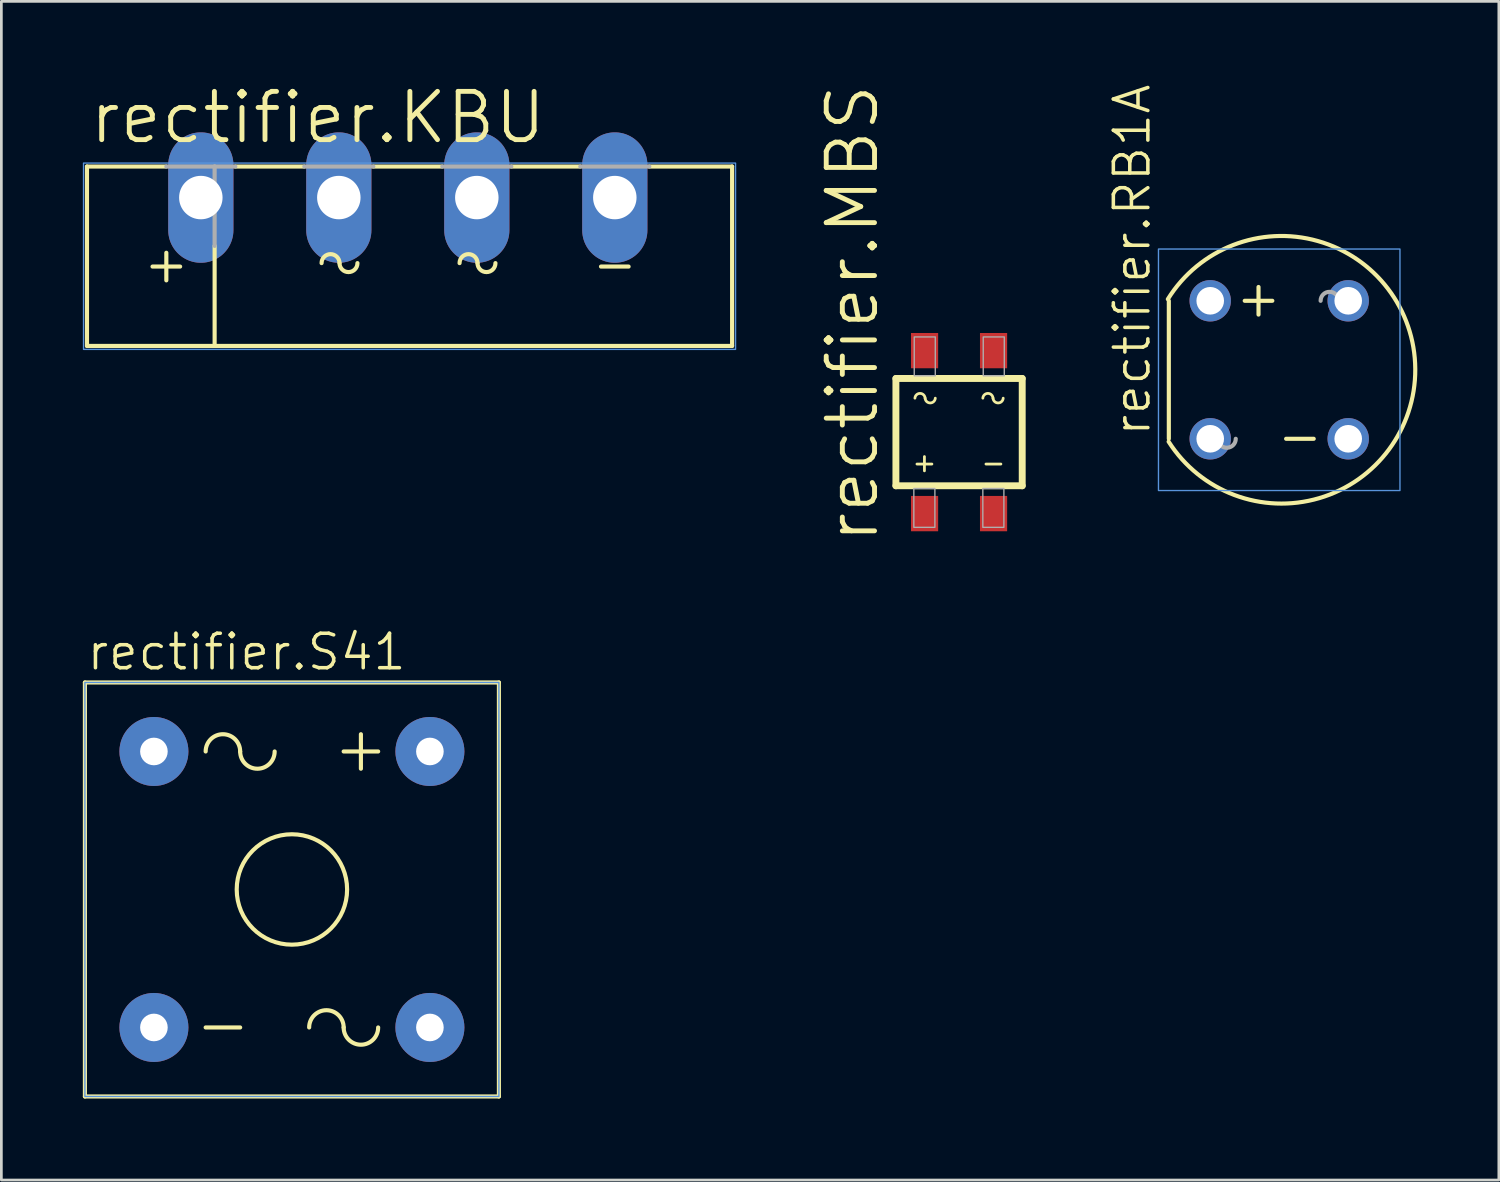
<source format=kicad_pcb>
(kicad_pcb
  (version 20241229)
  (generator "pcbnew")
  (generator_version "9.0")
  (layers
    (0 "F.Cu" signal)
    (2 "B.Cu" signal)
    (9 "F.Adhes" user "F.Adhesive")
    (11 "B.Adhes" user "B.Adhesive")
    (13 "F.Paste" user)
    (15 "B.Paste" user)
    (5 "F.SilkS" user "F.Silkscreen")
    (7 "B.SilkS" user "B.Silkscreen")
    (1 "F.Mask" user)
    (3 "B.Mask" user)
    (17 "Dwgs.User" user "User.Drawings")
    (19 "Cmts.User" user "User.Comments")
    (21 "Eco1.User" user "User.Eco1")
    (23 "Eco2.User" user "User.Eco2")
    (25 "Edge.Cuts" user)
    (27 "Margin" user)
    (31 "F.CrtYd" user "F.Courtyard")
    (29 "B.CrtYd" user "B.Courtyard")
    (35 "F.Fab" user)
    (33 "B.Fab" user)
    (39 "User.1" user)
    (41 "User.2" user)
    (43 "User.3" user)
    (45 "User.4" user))
  (footprint "rectifier.KBU"
    (layer "F.Cu")
    (at 11.963 6.763)
    (property "Reference" "rectifier.KBU" (at -11.811 -4.445 0) (layer "F.SilkS") (effects (font (size 1.778 1.778) (thickness 0.18)) (justify left bottom)))
    (attr through_hole)
    (fp_line (start -11.811 -3.683) (end -8.89 -3.683) (stroke (width 0.152) (type default)) (layer "F.SilkS"))
    (fp_line (start -11.811 2.921) (end -11.811 -3.683) (stroke (width 0.152) (type default)) (layer "F.SilkS"))
    (fp_line (start -11.811 2.921) (end -7.112 2.921) (stroke (width 0.152) (type default)) (layer "F.SilkS"))
    (fp_line (start -9.398 0) (end -8.382 0) (stroke (width 0.152) (type default)) (layer "F.SilkS"))
    (fp_line (start -8.89 0.508) (end -8.89 -0.508) (stroke (width 0.152) (type default)) (layer "F.SilkS"))
    (fp_line (start -7.112 -0.762) (end -7.112 2.921) (stroke (width 0.152) (type default)) (layer "F.SilkS"))
    (fp_line (start -7.112 2.921) (end 11.938 2.921) (stroke (width 0.152) (type default)) (layer "F.SilkS"))
    (fp_line (start -3.81 -3.683) (end -6.35 -3.683) (stroke (width 0.152) (type default)) (layer "F.SilkS"))
    (fp_line (start -1.27 -3.683) (end 1.27 -3.683) (stroke (width 0.152) (type default)) (layer "F.SilkS"))
    (fp_line (start 3.81 -3.683) (end 6.35 -3.683) (stroke (width 0.152) (type default)) (layer "F.SilkS"))
    (fp_line (start 7.112 0) (end 8.128 0) (stroke (width 0.152) (type default)) (layer "F.SilkS"))
    (fp_line (start 8.89 -3.683) (end 11.938 -3.683) (stroke (width 0.152) (type default)) (layer "F.SilkS"))
    (fp_line (start 11.938 -3.683) (end 11.938 2.921) (stroke (width 0.152) (type default)) (layer "F.SilkS"))
    (fp_arc (start -3.175 -0.127) (mid -2.8448 -0.4572) (end -2.5146 -0.127) (stroke (width 0.1524) (type default)) (layer "F.SilkS"))
    (fp_arc (start -1.8542 -0.127) (mid -2.1844 0.2032) (end -2.5146 -0.127) (stroke (width 0.1524) (type default)) (layer "F.SilkS"))
    (fp_arc (start 1.905 -0.127) (mid 2.2352 -0.4572) (end 2.5654 -0.127) (stroke (width 0.1524) (type default)) (layer "F.SilkS"))
    (fp_arc (start 3.2258 -0.127) (mid 2.8956 0.2032) (end 2.5654 -0.127) (stroke (width 0.1524) (type default)) (layer "F.SilkS"))
    (fp_rect (start -11.938 3.048) (end 12.065 -3.81) (stroke (width 0.05) (type default)) (fill no) (layer "Cmts.User"))
    (fp_line (start -8.89 -3.683) (end -7.112 -3.683) (stroke (width 0.152) (type default)) (layer "F.Fab"))
    (fp_line (start -7.112 -3.683) (end -7.112 -0.762) (stroke (width 0.152) (type default)) (layer "F.Fab"))
    (fp_line (start -7.112 -3.683) (end -6.35 -3.683) (stroke (width 0.152) (type default)) (layer "F.Fab"))
    (fp_line (start -1.27 -3.683) (end -3.81 -3.683) (stroke (width 0.152) (type default)) (layer "F.Fab"))
    (fp_line (start 3.81 -3.683) (end 1.27 -3.683) (stroke (width 0.152) (type default)) (layer "F.Fab"))
    (fp_line (start 8.89 -3.683) (end 6.35 -3.683) (stroke (width 0.152) (type default)) (layer "F.Fab"))
    (pad "+" thru_hole oval (at -7.62 -2.54 90) (size 4.801 2.4) (drill 1.6) (layers "*.Cu" "*.Mask"))
    (pad "-" thru_hole oval (at 7.62 -2.54 90) (size 4.801 2.4) (drill 1.6) (layers "*.Cu" "*.Mask"))
    (pad "AC1" thru_hole oval (at -2.54 -2.54 90) (size 4.801 2.4) (drill 1.6) (layers "*.Cu" "*.Mask"))
    (pad "AC2" thru_hole oval (at 2.54 -2.54 90) (size 4.801 2.4) (drill 1.6) (layers "*.Cu" "*.Mask")))
  (footprint "rectifier.RB1A"
    (layer "F.Cu")
    (at 44.042 10.563)
    (property "Reference" "rectifier.RB1A" (at -4.674 2.515 90) (layer "F.SilkS") (effects (font (size 1.27 1.27) (thickness 0.13)) (justify left bottom)))
    (attr through_hole)
    (fp_line (start -4.064 2.54) (end -4.064 -2.54) (stroke (width 0.152) (type default)) (layer "F.SilkS"))
    (fp_line (start -1.27 -2.54) (end -0.254 -2.54) (stroke (width 0.152) (type default)) (layer "F.SilkS"))
    (fp_line (start -0.762 -2.032) (end -0.762 -3.048) (stroke (width 0.152) (type default)) (layer "F.SilkS"))
    (fp_line (start 0.254 2.54) (end 1.27 2.54) (stroke (width 0.152) (type default)) (layer "F.SilkS"))
    (fp_arc (start -4.099999 -2.599998) (mid 5.008669 -0.026856) (end -4.071398 2.645462) (stroke (width 0.1524) (type default)) (layer "F.SilkS"))
    (fp_rect (start -4.445 4.445) (end 4.445 -4.445) (stroke (width 0.05) (type default)) (fill no) (layer "Cmts.User"))
    (fp_arc (start -2.921 2.54) (mid -2.5908 2.2098) (end -2.2606 2.54) (stroke (width 0.1524) (type default)) (layer "F.Fab"))
    (fp_arc (start -1.6002 2.54) (mid -1.9304 2.8702) (end -2.2606 2.54) (stroke (width 0.1524) (type default)) (layer "F.Fab"))
    (fp_arc (start 1.524 -2.54) (mid 1.8542 -2.8702) (end 2.1844 -2.54) (stroke (width 0.1524) (type default)) (layer "F.Fab"))
    (fp_arc (start 2.8448 -2.54) (mid 2.5146 -2.2098) (end 2.1844 -2.54) (stroke (width 0.1524) (type default)) (layer "F.Fab"))
    (pad "+" thru_hole circle (at -2.54 -2.54) (size 1.524 1.524) (drill 1.016) (layers "*.Cu" "*.Mask"))
    (pad "-" thru_hole circle (at 2.54 2.54) (size 1.524 1.524) (drill 1.016) (layers "*.Cu" "*.Mask"))
    (pad "AC1" thru_hole circle (at 2.54 -2.54) (size 1.524 1.524) (drill 1.016) (layers "*.Cu" "*.Mask"))
    (pad "AC2" thru_hole circle (at -2.54 2.54) (size 1.524 1.524) (drill 1.016) (layers "*.Cu" "*.Mask")))
  (footprint "rectifier.MBS"
    (layer "F.Cu")
    (at 32.256 12.858)
    (property "Reference" "rectifier.MBS" (at -2.885 4.175 90) (layer "F.SilkS") (effects (font (size 1.778 1.778) (thickness 0.18)) (justify left bottom)))
    (attr smd)
    (fp_line (start -2.325 -1.975) (end 2.325 -1.975) (stroke (width 0.254) (type default)) (layer "F.SilkS"))
    (fp_line (start -2.325 1.975) (end -2.325 -1.975) (stroke (width 0.254) (type default)) (layer "F.SilkS"))
    (fp_line (start -1.55 1.175) (end -1 1.175) (stroke (width 0.102) (type default)) (layer "F.SilkS"))
    (fp_line (start -1.275 1.425) (end -1.275 0.9) (stroke (width 0.102) (type default)) (layer "F.SilkS"))
    (fp_line (start 0.99 1.175) (end 1.54 1.175) (stroke (width 0.102) (type default)) (layer "F.SilkS"))
    (fp_line (start 2.325 -1.975) (end 2.325 1.975) (stroke (width 0.254) (type default)) (layer "F.SilkS"))
    (fp_line (start 2.325 1.975) (end -2.325 1.975) (stroke (width 0.254) (type default)) (layer "F.SilkS"))
    (fp_arc (start -1.625 -1.25) (mid -1.4375 -1.425416) (end -1.25 -1.25) (stroke (width 0.1016) (type default)) (layer "F.SilkS"))
    (fp_arc (start -0.875 -1.25) (mid -1.0625 -1.074584) (end -1.25 -1.25) (stroke (width 0.1016) (type default)) (layer "F.SilkS"))
    (fp_arc (start 0.875 -1.25) (mid 1.0625 -1.425416) (end 1.25 -1.25) (stroke (width 0.1016) (type default)) (layer "F.SilkS"))
    (fp_arc (start 1.625 -1.25) (mid 1.4375 -1.074584) (end 1.25 -1.25) (stroke (width 0.1016) (type default)) (layer "F.SilkS"))
    (fp_rect (start -1.665 3.505) (end -0.89 2.075) (stroke (width 0.05) (type default)) (fill no) (layer "F.Fab"))
    (fp_rect (start -1.65 -2.075) (end -0.875 -3.505) (stroke (width 0.05) (type default)) (fill no) (layer "F.Fab"))
    (fp_rect (start 0.875 3.505) (end 1.65 2.075) (stroke (width 0.05) (type default)) (fill no) (layer "F.Fab"))
    (fp_rect (start 0.89 -2.075) (end 1.665 -3.505) (stroke (width 0.05) (type default)) (fill no) (layer "F.Fab"))
    (pad "+" smd roundrect (at -1.27 3) (size 1 1.3) (layers "F.Cu" "F.Mask" "F.Paste") (roundrect_rratio 0.01))
    (pad "-" smd roundrect (at 1.27 3) (size 1 1.3) (layers "F.Cu" "F.Mask" "F.Paste") (roundrect_rratio 0.01))
    (pad "AC1" smd roundrect (at -1.27 -3 180) (size 1 1.3) (layers "F.Cu" "F.Mask" "F.Paste") (roundrect_rratio 0.01))
    (pad "AC2" smd roundrect (at 1.27 -3 180) (size 1 1.3) (layers "F.Cu" "F.Mask" "F.Paste") (roundrect_rratio 0.01)))
  (footprint "rectifier.S41"
    (layer "F.Cu")
    (at 7.696 29.694)
    (property "Reference" "rectifier.S41" (at -7.62 -8.001 0) (layer "F.SilkS") (effects (font (size 1.27 1.27) (thickness 0.13)) (justify left bottom)))
    (attr through_hole)
    (fp_line (start -7.62 7.62) (end -7.62 -7.62) (stroke (width 0.152) (type default)) (layer "F.SilkS"))
    (fp_line (start -7.62 7.62) (end 7.62 7.62) (stroke (width 0.152) (type default)) (layer "F.SilkS"))
    (fp_line (start -3.175 5.08) (end -1.905 5.08) (stroke (width 0.152) (type default)) (layer "F.SilkS"))
    (fp_line (start 1.905 -5.08) (end 3.175 -5.08) (stroke (width 0.152) (type default)) (layer "F.SilkS"))
    (fp_line (start 2.54 -5.715) (end 2.54 -4.445) (stroke (width 0.152) (type default)) (layer "F.SilkS"))
    (fp_line (start 7.62 -7.62) (end -7.62 -7.62) (stroke (width 0.152) (type default)) (layer "F.SilkS"))
    (fp_line (start 7.62 -7.62) (end 7.62 7.62) (stroke (width 0.152) (type default)) (layer "F.SilkS"))
    (fp_arc (start -3.175 -5.08) (mid -2.54 -5.715) (end -1.905 -5.08) (stroke (width 0.1524) (type default)) (layer "F.SilkS"))
    (fp_arc (start -0.635 -5.08) (mid -1.27 -4.445) (end -1.905 -5.08) (stroke (width 0.1524) (type default)) (layer "F.SilkS"))
    (fp_arc (start 0.635 5.08) (mid 1.27 4.445) (end 1.905 5.08) (stroke (width 0.1524) (type default)) (layer "F.SilkS"))
    (fp_arc (start 3.175 5.08) (mid 2.54 5.715) (end 1.905 5.08) (stroke (width 0.1524) (type default)) (layer "F.SilkS"))
    (fp_circle (center 0 0) (end 2.032 0) (stroke (width 0.152) (type default)) (fill no) (layer "F.SilkS"))
    (fp_rect (start -7.62 7.62) (end 7.62 -7.62) (stroke (width 0.05) (type default)) (fill no) (layer "Cmts.User"))
    (pad "+" thru_hole circle (at 5.08 -5.08) (size 2.54 2.54) (drill 1.016) (layers "*.Cu" "*.Mask"))
    (pad "-" thru_hole circle (at -5.08 5.08) (size 2.54 2.54) (drill 1.016) (layers "*.Cu" "*.Mask"))
    (pad "AC1" thru_hole circle (at -5.08 -5.08) (size 2.54 2.54) (drill 1.016) (layers "*.Cu" "*.Mask"))
    (pad "AC2" thru_hole circle (at 5.08 5.08) (size 2.54 2.54) (drill 1.016) (layers "*.Cu" "*.Mask")))
  (gr_rect
    (start -3 -3)
    (end 52.127 40.39)
    (stroke (width 0.1) (type default))
    (fill no)
    (layer "Edge.Cuts")))
</source>
